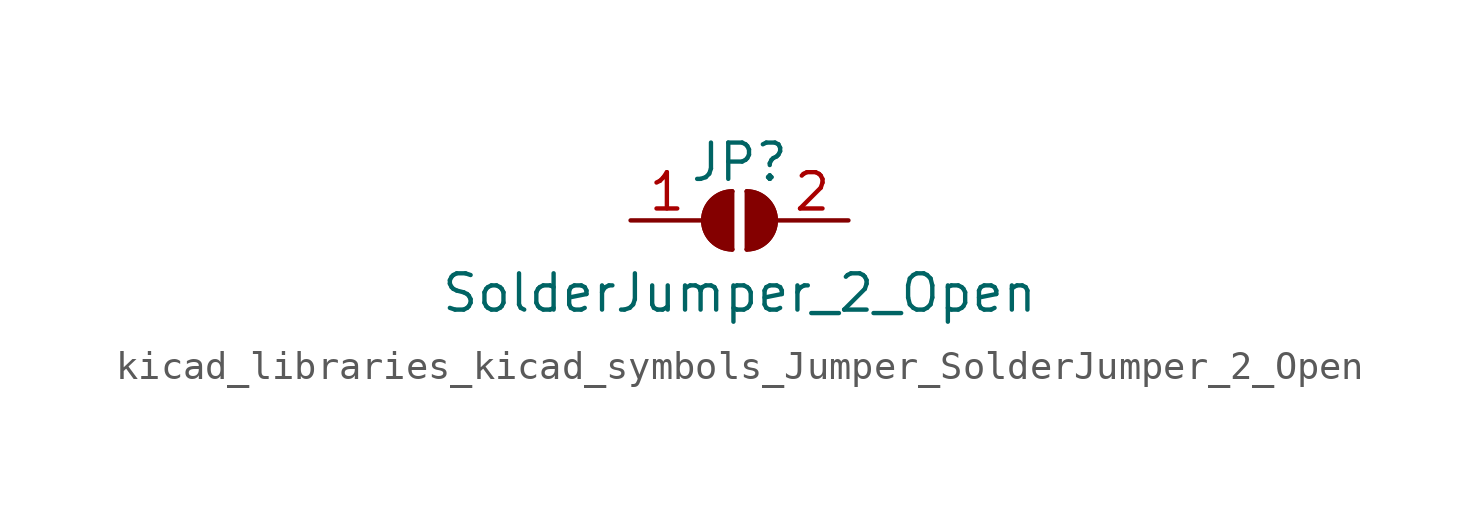
<source format=kicad_sym>
(kicad_symbol_lib
  (version 20220914)
  (generator kicad_symbol_editor)
  (symbol "kicad_libraries_kicad_symbols_Jumper_SolderJumper_2_Open"
    (pin_names
      (offset 0) hide)
    (property "Reference" "JP"
      (at 0 2.032 0)
      (effects (font (size 1.27 1.27))))
    (property "Value" "SolderJumper_2_Open"
      (at 0 -2.54 0)
      (effects (font (size 1.27 1.27))))
    (symbol "kicad_libraries_kicad_symbols_Jumper_SolderJumper_2_Open_0_1"
      (arc (start -0.254 1.016) (mid -1.2656 0) (end -0.254 -1.016) (stroke (width 0) (type default)) (fill (type none)))
      (arc (start -0.254 1.016) (mid -1.2656 0) (end -0.254 -1.016) (stroke (width 0) (type default)) (fill (type outline)))
      (polyline (pts (xy -0.254 1.016) (xy -0.254 -1.016)) (stroke (width 0) (type default)) (fill (type none)))
      (polyline (pts (xy 0.254 1.016) (xy 0.254 -1.016)) (stroke (width 0) (type default)) (fill (type none)))
      (arc (start 0.254 -1.016) (mid 1.2656 0) (end 0.254 1.016) (stroke (width 0) (type default)) (fill (type none)))
      (arc (start 0.254 -1.016) (mid 1.2656 0) (end 0.254 1.016) (stroke (width 0) (type default)) (fill (type outline))))
    (symbol "kicad_libraries_kicad_symbols_Jumper_SolderJumper_2_Open_1_1"
      (pin passive line (at -3.81 0 0) (length 2.54) (name "A" (effects (font (size 1.27 1.27)))) (number "1" (effects (font (size 1.27 1.27)))))
      (pin passive line (at 3.81 0 180) (length 2.54) (name "B" (effects (font (size 1.27 1.27)))) (number "2" (effects (font (size 1.27 1.27))))))))
</source>
